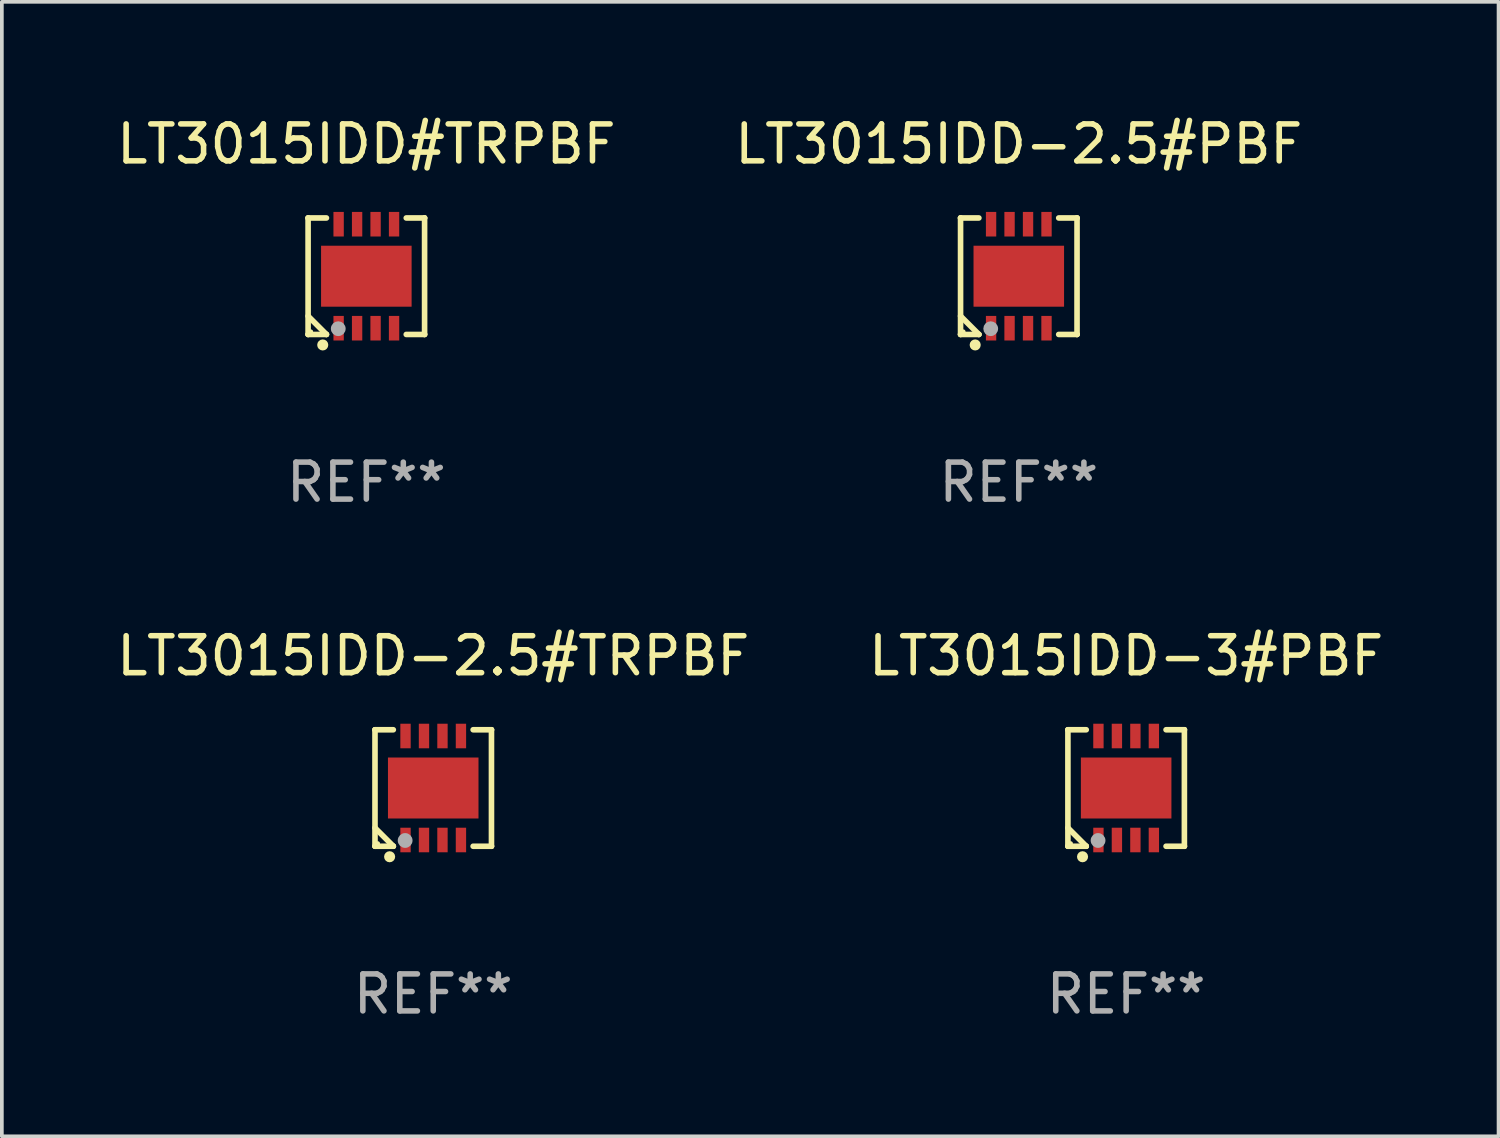
<source format=kicad_pcb>
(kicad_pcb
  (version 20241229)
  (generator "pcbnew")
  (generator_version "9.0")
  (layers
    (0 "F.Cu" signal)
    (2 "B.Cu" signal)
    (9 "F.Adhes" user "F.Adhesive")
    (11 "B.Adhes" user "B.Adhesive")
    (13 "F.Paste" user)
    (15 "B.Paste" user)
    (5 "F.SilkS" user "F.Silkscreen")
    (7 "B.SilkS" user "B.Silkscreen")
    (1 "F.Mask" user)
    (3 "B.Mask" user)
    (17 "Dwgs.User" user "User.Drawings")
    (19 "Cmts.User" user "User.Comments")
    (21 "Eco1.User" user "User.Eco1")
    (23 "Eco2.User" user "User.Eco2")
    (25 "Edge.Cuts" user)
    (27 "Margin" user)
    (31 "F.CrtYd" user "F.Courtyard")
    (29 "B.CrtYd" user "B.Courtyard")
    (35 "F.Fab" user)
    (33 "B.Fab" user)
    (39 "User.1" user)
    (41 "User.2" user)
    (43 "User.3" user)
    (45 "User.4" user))
  (footprint "LT3015IDD-2.5#PBF"
    (layer "F.Cu")
    (at 24.518 4.424)
    (property "Reference" "LT3015IDD-2.5#PBF" (at 0 -3.576 0) (layer "F.SilkS") (effects (font (size 1 1) (thickness 0.15))))
    (attr through_hole)
    (fp_line (start -1.576 -1.576) (end -1.576 -1.576) (stroke (width 0.152) (type solid)) (layer "F.SilkS"))
    (fp_line (start -1.576 -1.576) (end -1.08 -1.576) (stroke (width 0.152) (type solid)) (layer "F.SilkS"))
    (fp_line (start -1.576 1.576) (end -1.576 -1.576) (stroke (width 0.152) (type solid)) (layer "F.SilkS"))
    (fp_line (start -1.576 1.576) (end -1.576 1.576) (stroke (width 0.152) (type solid)) (layer "F.SilkS"))
    (fp_line (start -1.08 1.575) (end -1.576 1.079) (stroke (width 0.152) (type solid)) (layer "F.SilkS"))
    (fp_line (start -1.08 1.576) (end -1.576 1.576) (stroke (width 0.152) (type solid)) (layer "F.SilkS"))
    (fp_line (start -1.08 1.576) (end -1.08 1.575) (stroke (width 0.152) (type solid)) (layer "F.SilkS"))
    (fp_line (start 1.08 1.576) (end 1.576 1.576) (stroke (width 0.152) (type solid)) (layer "F.SilkS"))
    (fp_line (start 1.576 -1.576) (end 1.08 -1.576) (stroke (width 0.152) (type solid)) (layer "F.SilkS"))
    (fp_line (start 1.576 -1.576) (end 1.576 -1.576) (stroke (width 0.152) (type solid)) (layer "F.SilkS"))
    (fp_line (start 1.576 1.576) (end 1.576 -1.576) (stroke (width 0.152) (type solid)) (layer "F.SilkS"))
    (fp_line (start 1.576 1.576) (end 1.576 1.576) (stroke (width 0.152) (type solid)) (layer "F.SilkS"))
    (fp_circle (center -1.5 1.5) (end -1.47 1.5) (stroke (width 0.06) (type solid)) (fill no) (layer "F.SilkS"))
    (fp_circle (center -1.18 1.86) (end -1.105 1.86) (stroke (width 0.15) (type solid)) (fill no) (layer "F.SilkS"))
    (fp_circle (center -0.76 1.42) (end -0.66 1.42) (stroke (width 0.2) (type solid)) (fill no) (layer "F.Fab"))
    (fp_text user "REF**" (at 0 5.576 0) (layer "F.Fab") (effects (font (size 1 1) (thickness 0.15))))
    (pad "1" smd rect (at -0.75 1.407) (size 0.28 0.665) (layers "F.Cu" "F.Mask" "F.Paste"))
    (pad "2" smd rect (at -0.25 1.407) (size 0.28 0.665) (layers "F.Cu" "F.Mask" "F.Paste"))
    (pad "3" smd rect (at 0.25 1.407) (size 0.28 0.665) (layers "F.Cu" "F.Mask" "F.Paste"))
    (pad "4" smd rect (at 0.75 1.407) (size 0.28 0.665) (layers "F.Cu" "F.Mask" "F.Paste"))
    (pad "5" smd rect (at 0.75 -1.407) (size 0.28 0.665) (layers "F.Cu" "F.Mask" "F.Paste"))
    (pad "6" smd rect (at 0.25 -1.407) (size 0.28 0.665) (layers "F.Cu" "F.Mask" "F.Paste"))
    (pad "7" smd rect (at -0.25 -1.407) (size 0.28 0.665) (layers "F.Cu" "F.Mask" "F.Paste"))
    (pad "8" smd rect (at -0.75 -1.407) (size 0.28 0.665) (layers "F.Cu" "F.Mask" "F.Paste"))
    (pad "9" smd rect (at 0 0) (size 2.45 1.65) (layers "F.Cu" "F.Mask" "F.Paste")))
  (footprint "LT3015IDD-2.5#TRPBF"
    (layer "F.Cu")
    (at 8.673 18.273)
    (property "Reference" "LT3015IDD-2.5#TRPBF" (at 0 -3.576 0) (layer "F.SilkS") (effects (font (size 1 1) (thickness 0.15))))
    (attr through_hole)
    (fp_line (start -1.576 -1.576) (end -1.576 -1.576) (stroke (width 0.152) (type solid)) (layer "F.SilkS"))
    (fp_line (start -1.576 -1.576) (end -1.08 -1.576) (stroke (width 0.152) (type solid)) (layer "F.SilkS"))
    (fp_line (start -1.576 1.576) (end -1.576 -1.576) (stroke (width 0.152) (type solid)) (layer "F.SilkS"))
    (fp_line (start -1.576 1.576) (end -1.576 1.576) (stroke (width 0.152) (type solid)) (layer "F.SilkS"))
    (fp_line (start -1.08 1.575) (end -1.576 1.079) (stroke (width 0.152) (type solid)) (layer "F.SilkS"))
    (fp_line (start -1.08 1.576) (end -1.576 1.576) (stroke (width 0.152) (type solid)) (layer "F.SilkS"))
    (fp_line (start -1.08 1.576) (end -1.08 1.575) (stroke (width 0.152) (type solid)) (layer "F.SilkS"))
    (fp_line (start 1.08 1.576) (end 1.576 1.576) (stroke (width 0.152) (type solid)) (layer "F.SilkS"))
    (fp_line (start 1.576 -1.576) (end 1.08 -1.576) (stroke (width 0.152) (type solid)) (layer "F.SilkS"))
    (fp_line (start 1.576 -1.576) (end 1.576 -1.576) (stroke (width 0.152) (type solid)) (layer "F.SilkS"))
    (fp_line (start 1.576 1.576) (end 1.576 -1.576) (stroke (width 0.152) (type solid)) (layer "F.SilkS"))
    (fp_line (start 1.576 1.576) (end 1.576 1.576) (stroke (width 0.152) (type solid)) (layer "F.SilkS"))
    (fp_circle (center -1.5 1.5) (end -1.47 1.5) (stroke (width 0.06) (type solid)) (fill no) (layer "F.SilkS"))
    (fp_circle (center -1.18 1.86) (end -1.105 1.86) (stroke (width 0.15) (type solid)) (fill no) (layer "F.SilkS"))
    (fp_circle (center -0.76 1.42) (end -0.66 1.42) (stroke (width 0.2) (type solid)) (fill no) (layer "F.Fab"))
    (fp_text user "REF**" (at 0 5.576 0) (layer "F.Fab") (effects (font (size 1 1) (thickness 0.15))))
    (pad "1" smd rect (at -0.75 1.407) (size 0.28 0.665) (layers "F.Cu" "F.Mask" "F.Paste"))
    (pad "2" smd rect (at -0.25 1.407) (size 0.28 0.665) (layers "F.Cu" "F.Mask" "F.Paste"))
    (pad "3" smd rect (at 0.25 1.407) (size 0.28 0.665) (layers "F.Cu" "F.Mask" "F.Paste"))
    (pad "4" smd rect (at 0.75 1.407) (size 0.28 0.665) (layers "F.Cu" "F.Mask" "F.Paste"))
    (pad "5" smd rect (at 0.75 -1.407) (size 0.28 0.665) (layers "F.Cu" "F.Mask" "F.Paste"))
    (pad "6" smd rect (at 0.25 -1.407) (size 0.28 0.665) (layers "F.Cu" "F.Mask" "F.Paste"))
    (pad "7" smd rect (at -0.25 -1.407) (size 0.28 0.665) (layers "F.Cu" "F.Mask" "F.Paste"))
    (pad "8" smd rect (at -0.75 -1.407) (size 0.28 0.665) (layers "F.Cu" "F.Mask" "F.Paste"))
    (pad "9" smd rect (at 0 0) (size 2.45 1.65) (layers "F.Cu" "F.Mask" "F.Paste")))
  (footprint "LT3015IDD#TRPBF"
    (layer "F.Cu")
    (at 6.863 4.424)
    (property "Reference" "LT3015IDD#TRPBF" (at 0 -3.576 0) (layer "F.SilkS") (effects (font (size 1 1) (thickness 0.15))))
    (attr through_hole)
    (fp_line (start -1.576 -1.576) (end -1.576 -1.576) (stroke (width 0.152) (type solid)) (layer "F.SilkS"))
    (fp_line (start -1.576 -1.576) (end -1.08 -1.576) (stroke (width 0.152) (type solid)) (layer "F.SilkS"))
    (fp_line (start -1.576 1.576) (end -1.576 -1.576) (stroke (width 0.152) (type solid)) (layer "F.SilkS"))
    (fp_line (start -1.576 1.576) (end -1.576 1.576) (stroke (width 0.152) (type solid)) (layer "F.SilkS"))
    (fp_line (start -1.08 1.575) (end -1.576 1.079) (stroke (width 0.152) (type solid)) (layer "F.SilkS"))
    (fp_line (start -1.08 1.576) (end -1.576 1.576) (stroke (width 0.152) (type solid)) (layer "F.SilkS"))
    (fp_line (start -1.08 1.576) (end -1.08 1.575) (stroke (width 0.152) (type solid)) (layer "F.SilkS"))
    (fp_line (start 1.08 1.576) (end 1.576 1.576) (stroke (width 0.152) (type solid)) (layer "F.SilkS"))
    (fp_line (start 1.576 -1.576) (end 1.08 -1.576) (stroke (width 0.152) (type solid)) (layer "F.SilkS"))
    (fp_line (start 1.576 -1.576) (end 1.576 -1.576) (stroke (width 0.152) (type solid)) (layer "F.SilkS"))
    (fp_line (start 1.576 1.576) (end 1.576 -1.576) (stroke (width 0.152) (type solid)) (layer "F.SilkS"))
    (fp_line (start 1.576 1.576) (end 1.576 1.576) (stroke (width 0.152) (type solid)) (layer "F.SilkS"))
    (fp_circle (center -1.5 1.5) (end -1.47 1.5) (stroke (width 0.06) (type solid)) (fill no) (layer "F.SilkS"))
    (fp_circle (center -1.18 1.86) (end -1.105 1.86) (stroke (width 0.15) (type solid)) (fill no) (layer "F.SilkS"))
    (fp_circle (center -0.76 1.42) (end -0.66 1.42) (stroke (width 0.2) (type solid)) (fill no) (layer "F.Fab"))
    (fp_text user "REF**" (at 0 5.576 0) (layer "F.Fab") (effects (font (size 1 1) (thickness 0.15))))
    (pad "1" smd rect (at -0.75 1.407) (size 0.28 0.665) (layers "F.Cu" "F.Mask" "F.Paste"))
    (pad "2" smd rect (at -0.25 1.407) (size 0.28 0.665) (layers "F.Cu" "F.Mask" "F.Paste"))
    (pad "3" smd rect (at 0.25 1.407) (size 0.28 0.665) (layers "F.Cu" "F.Mask" "F.Paste"))
    (pad "4" smd rect (at 0.75 1.407) (size 0.28 0.665) (layers "F.Cu" "F.Mask" "F.Paste"))
    (pad "5" smd rect (at 0.75 -1.407) (size 0.28 0.665) (layers "F.Cu" "F.Mask" "F.Paste"))
    (pad "6" smd rect (at 0.25 -1.407) (size 0.28 0.665) (layers "F.Cu" "F.Mask" "F.Paste"))
    (pad "7" smd rect (at -0.25 -1.407) (size 0.28 0.665) (layers "F.Cu" "F.Mask" "F.Paste"))
    (pad "8" smd rect (at -0.75 -1.407) (size 0.28 0.665) (layers "F.Cu" "F.Mask" "F.Paste"))
    (pad "9" smd rect (at 0 0) (size 2.45 1.65) (layers "F.Cu" "F.Mask" "F.Paste")))
  (footprint "LT3015IDD-3#PBF"
    (layer "F.Cu")
    (at 27.423 18.273)
    (property "Reference" "LT3015IDD-3#PBF" (at 0 -3.576 0) (layer "F.SilkS") (effects (font (size 1 1) (thickness 0.15))))
    (attr through_hole)
    (fp_line (start -1.576 -1.576) (end -1.576 -1.576) (stroke (width 0.152) (type solid)) (layer "F.SilkS"))
    (fp_line (start -1.576 -1.576) (end -1.08 -1.576) (stroke (width 0.152) (type solid)) (layer "F.SilkS"))
    (fp_line (start -1.576 1.576) (end -1.576 -1.576) (stroke (width 0.152) (type solid)) (layer "F.SilkS"))
    (fp_line (start -1.576 1.576) (end -1.576 1.576) (stroke (width 0.152) (type solid)) (layer "F.SilkS"))
    (fp_line (start -1.08 1.575) (end -1.576 1.079) (stroke (width 0.152) (type solid)) (layer "F.SilkS"))
    (fp_line (start -1.08 1.576) (end -1.576 1.576) (stroke (width 0.152) (type solid)) (layer "F.SilkS"))
    (fp_line (start -1.08 1.576) (end -1.08 1.575) (stroke (width 0.152) (type solid)) (layer "F.SilkS"))
    (fp_line (start 1.08 1.576) (end 1.576 1.576) (stroke (width 0.152) (type solid)) (layer "F.SilkS"))
    (fp_line (start 1.576 -1.576) (end 1.08 -1.576) (stroke (width 0.152) (type solid)) (layer "F.SilkS"))
    (fp_line (start 1.576 -1.576) (end 1.576 -1.576) (stroke (width 0.152) (type solid)) (layer "F.SilkS"))
    (fp_line (start 1.576 1.576) (end 1.576 -1.576) (stroke (width 0.152) (type solid)) (layer "F.SilkS"))
    (fp_line (start 1.576 1.576) (end 1.576 1.576) (stroke (width 0.152) (type solid)) (layer "F.SilkS"))
    (fp_circle (center -1.5 1.5) (end -1.47 1.5) (stroke (width 0.06) (type solid)) (fill no) (layer "F.SilkS"))
    (fp_circle (center -1.18 1.86) (end -1.105 1.86) (stroke (width 0.15) (type solid)) (fill no) (layer "F.SilkS"))
    (fp_circle (center -0.76 1.42) (end -0.66 1.42) (stroke (width 0.2) (type solid)) (fill no) (layer "F.Fab"))
    (fp_text user "REF**" (at 0 5.576 0) (layer "F.Fab") (effects (font (size 1 1) (thickness 0.15))))
    (pad "1" smd rect (at -0.75 1.407) (size 0.28 0.665) (layers "F.Cu" "F.Mask" "F.Paste"))
    (pad "2" smd rect (at -0.25 1.407) (size 0.28 0.665) (layers "F.Cu" "F.Mask" "F.Paste"))
    (pad "3" smd rect (at 0.25 1.407) (size 0.28 0.665) (layers "F.Cu" "F.Mask" "F.Paste"))
    (pad "4" smd rect (at 0.75 1.407) (size 0.28 0.665) (layers "F.Cu" "F.Mask" "F.Paste"))
    (pad "5" smd rect (at 0.75 -1.407) (size 0.28 0.665) (layers "F.Cu" "F.Mask" "F.Paste"))
    (pad "6" smd rect (at 0.25 -1.407) (size 0.28 0.665) (layers "F.Cu" "F.Mask" "F.Paste"))
    (pad "7" smd rect (at -0.25 -1.407) (size 0.28 0.665) (layers "F.Cu" "F.Mask" "F.Paste"))
    (pad "8" smd rect (at -0.75 -1.407) (size 0.28 0.665) (layers "F.Cu" "F.Mask" "F.Paste"))
    (pad "9" smd rect (at 0 0) (size 2.45 1.65) (layers "F.Cu" "F.Mask" "F.Paste")))
  (gr_rect
    (start -3 -3)
    (end 37.5 27.698)
    (stroke (width 0.1) (type default))
    (fill no)
    (layer "Edge.Cuts")))
</source>
